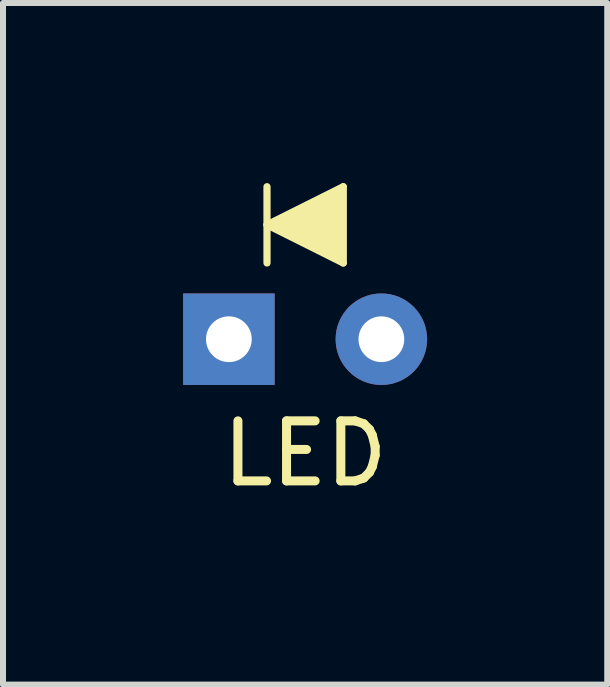
<source format=kicad_pcb>
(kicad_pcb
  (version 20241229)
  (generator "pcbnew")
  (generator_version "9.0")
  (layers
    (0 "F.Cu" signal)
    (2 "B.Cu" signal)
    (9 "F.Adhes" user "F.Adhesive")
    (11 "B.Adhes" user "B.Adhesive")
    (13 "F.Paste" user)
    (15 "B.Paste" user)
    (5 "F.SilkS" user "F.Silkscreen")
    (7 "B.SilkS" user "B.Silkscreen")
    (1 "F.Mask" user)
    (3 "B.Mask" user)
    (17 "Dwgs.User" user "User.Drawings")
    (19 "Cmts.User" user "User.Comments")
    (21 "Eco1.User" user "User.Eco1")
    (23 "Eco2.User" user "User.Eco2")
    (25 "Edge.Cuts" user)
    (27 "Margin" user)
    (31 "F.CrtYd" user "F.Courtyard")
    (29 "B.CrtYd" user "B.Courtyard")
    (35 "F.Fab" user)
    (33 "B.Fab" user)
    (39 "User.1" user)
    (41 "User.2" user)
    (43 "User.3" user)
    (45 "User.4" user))
  (footprint "LED"
    (layer "F.Cu")
    (at 2.032 2.6)
    (property "Reference" "LED" (at 0 1.905 0) (unlocked yes) (layer "F.SilkS") (effects (font (size 1 1) (thickness 0.15))))
    (attr through_hole)
    (fp_line (start -0.635 -2.54) (end -0.635 -1.27) (stroke (width 0.12) (type solid)) (layer "F.SilkS"))
    (fp_line (start -0.635 -1.905) (end 0.635 -2.54) (stroke (width 0.12) (type solid)) (layer "F.SilkS"))
    (fp_line (start 0.635 -2.54) (end 0.635 -1.27) (stroke (width 0.12) (type solid)) (layer "F.SilkS"))
    (fp_line (start 0.635 -1.27) (end -0.635 -1.905) (stroke (width 0.12) (type solid)) (layer "F.SilkS"))
    (fp_poly (pts (xy 0.635 -1.27) (xy -0.635 -1.905) (xy 0.635 -2.54)) (stroke (width 0.1) (type solid)) (fill yes) (layer "F.SilkS"))
    (pad "1" thru_hole rect (at -1.27 0 180) (size 1.524 1.524) (drill 0.762) (layers "*.Cu" "*.Mask"))
    (pad "2" thru_hole circle (at 1.27 0 180) (size 1.524 1.524) (drill 0.762) (layers "*.Cu" "*.Mask")))
  (gr_rect
    (start -3 -3)
    (end 7.064 8.353)
    (stroke (width 0.1) (type default))
    (fill no)
    (layer "Edge.Cuts")))
</source>
